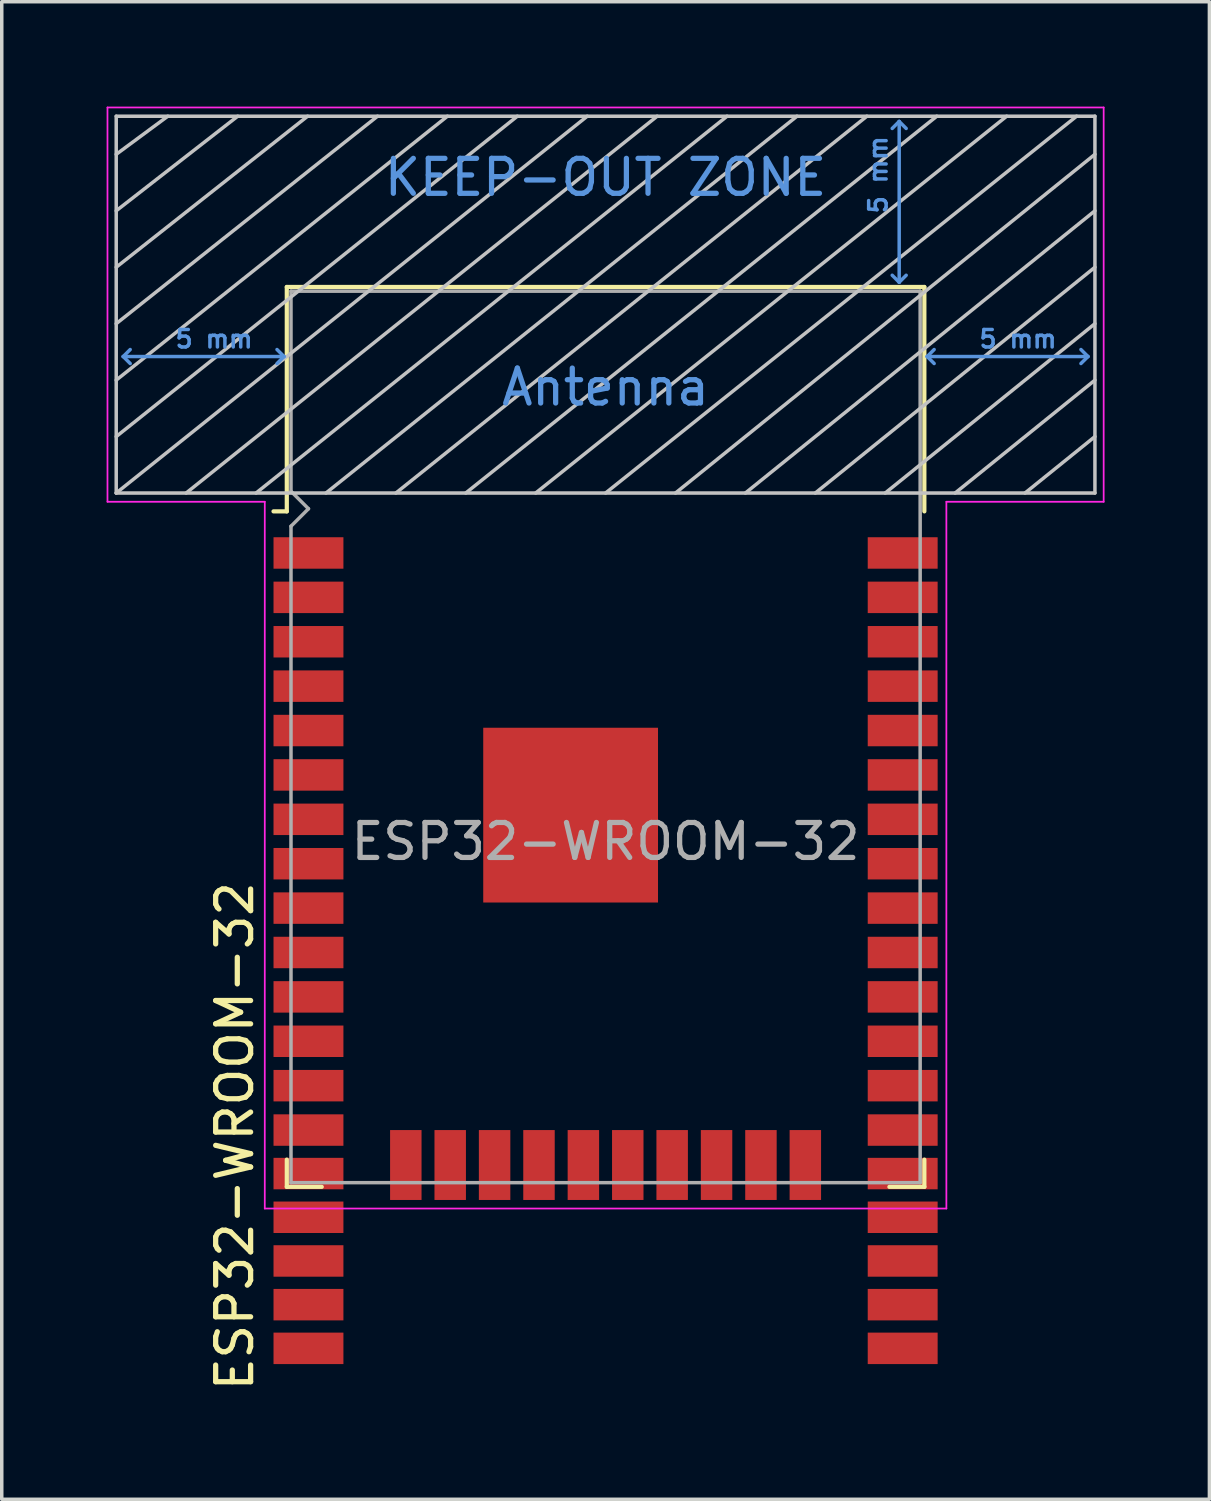
<source format=kicad_pcb>
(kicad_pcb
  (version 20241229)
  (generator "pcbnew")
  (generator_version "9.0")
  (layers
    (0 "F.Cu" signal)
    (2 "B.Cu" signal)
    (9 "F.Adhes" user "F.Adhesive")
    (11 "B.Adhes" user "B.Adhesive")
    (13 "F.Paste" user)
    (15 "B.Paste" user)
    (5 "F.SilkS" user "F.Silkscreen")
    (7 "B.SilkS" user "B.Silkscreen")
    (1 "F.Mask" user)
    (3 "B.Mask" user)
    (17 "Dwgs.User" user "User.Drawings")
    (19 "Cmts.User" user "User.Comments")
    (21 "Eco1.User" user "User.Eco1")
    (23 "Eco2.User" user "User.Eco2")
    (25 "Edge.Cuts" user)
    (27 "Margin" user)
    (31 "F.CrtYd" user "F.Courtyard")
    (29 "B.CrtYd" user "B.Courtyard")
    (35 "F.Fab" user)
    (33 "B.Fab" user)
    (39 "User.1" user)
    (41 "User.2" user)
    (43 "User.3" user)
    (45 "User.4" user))
  (footprint "ESP32-WROOM-32"
    (layer "F.Cu")
    (at 14.275 21.025)
    (property "Reference" "ESP32-WROOM-32" (at -10.61 8.43 90) (layer "F.SilkS") (effects (font (size 1 1) (thickness 0.15))))
    (attr smd)
    (fp_line (start -9.12 -15.865) (end -9.12 -9.445) (stroke (width 0.12) (type solid)) (layer "F.SilkS"))
    (fp_line (start -9.12 -15.865) (end 9.12 -15.865) (stroke (width 0.12) (type solid)) (layer "F.SilkS"))
    (fp_line (start -9.12 -9.445) (end -9.5 -9.445) (stroke (width 0.12) (type solid)) (layer "F.SilkS"))
    (fp_line (start -9.12 9.1) (end -9.12 9.88) (stroke (width 0.12) (type solid)) (layer "F.SilkS"))
    (fp_line (start -9.12 9.88) (end -8.12 9.88) (stroke (width 0.12) (type solid)) (layer "F.SilkS"))
    (fp_line (start 9.12 -15.865) (end 9.12 -9.445) (stroke (width 0.12) (type solid)) (layer "F.SilkS"))
    (fp_line (start 9.12 9.1) (end 9.12 9.88) (stroke (width 0.12) (type solid)) (layer "F.SilkS"))
    (fp_line (start 9.12 9.88) (end 8.12 9.88) (stroke (width 0.12) (type solid)) (layer "F.SilkS"))
    (fp_line (start -14 -9.97) (end -14 -20.75) (stroke (width 0.1) (type solid)) (layer "Dwgs.User"))
    (fp_line (start -12.525 -20.75) (end -14 -19.66) (stroke (width 0.1) (type solid)) (layer "Dwgs.User"))
    (fp_line (start -10.525 -20.75) (end -14 -18.045) (stroke (width 0.1) (type solid)) (layer "Dwgs.User"))
    (fp_line (start -8.525 -20.75) (end -14 -16.43) (stroke (width 0.1) (type solid)) (layer "Dwgs.User"))
    (fp_line (start -8 -9.97) (end 5.475 -20.75) (stroke (width 0.1) (type solid)) (layer "Dwgs.User"))
    (fp_line (start -6.525 -20.75) (end -14 -14.815) (stroke (width 0.1) (type solid)) (layer "Dwgs.User"))
    (fp_line (start -4.525 -20.75) (end -14 -13.2) (stroke (width 0.1) (type solid)) (layer "Dwgs.User"))
    (fp_line (start -2.525 -20.75) (end -14 -11.585) (stroke (width 0.1) (type solid)) (layer "Dwgs.User"))
    (fp_line (start -0.525 -20.75) (end -14 -9.97) (stroke (width 0.1) (type solid)) (layer "Dwgs.User"))
    (fp_line (start 1.475 -20.75) (end -12 -9.97) (stroke (width 0.1) (type solid)) (layer "Dwgs.User"))
    (fp_line (start 3.475 -20.75) (end -10 -9.97) (stroke (width 0.1) (type solid)) (layer "Dwgs.User"))
    (fp_line (start 7.475 -20.75) (end -6 -9.97) (stroke (width 0.1) (type solid)) (layer "Dwgs.User"))
    (fp_line (start 9.475 -20.75) (end -4 -9.97) (stroke (width 0.1) (type solid)) (layer "Dwgs.User"))
    (fp_line (start 11.475 -20.75) (end -2 -9.97) (stroke (width 0.1) (type solid)) (layer "Dwgs.User"))
    (fp_line (start 13.475 -20.75) (end 0 -9.97) (stroke (width 0.1) (type solid)) (layer "Dwgs.User"))
    (fp_line (start 14 -20.75) (end -14 -20.75) (stroke (width 0.1) (type solid)) (layer "Dwgs.User"))
    (fp_line (start 14 -19.66) (end 2 -9.97) (stroke (width 0.1) (type solid)) (layer "Dwgs.User"))
    (fp_line (start 14 -18.045) (end 4 -9.97) (stroke (width 0.1) (type solid)) (layer "Dwgs.User"))
    (fp_line (start 14 -16.43) (end 6 -9.97) (stroke (width 0.1) (type solid)) (layer "Dwgs.User"))
    (fp_line (start 14 -14.815) (end 8 -9.97) (stroke (width 0.1) (type solid)) (layer "Dwgs.User"))
    (fp_line (start 14 -13.2) (end 10 -9.97) (stroke (width 0.1) (type solid)) (layer "Dwgs.User"))
    (fp_line (start 14 -11.585) (end 12 -9.97) (stroke (width 0.1) (type solid)) (layer "Dwgs.User"))
    (fp_line (start 14 -9.97) (end -14 -9.97) (stroke (width 0.1) (type solid)) (layer "Dwgs.User"))
    (fp_line (start 14 -9.97) (end 14 -20.75) (stroke (width 0.1) (type solid)) (layer "Dwgs.User"))
    (fp_line (start -13.8 -13.875) (end -13.6 -14.075) (stroke (width 0.1) (type solid)) (layer "Cmts.User"))
    (fp_line (start -13.8 -13.875) (end -13.6 -13.675) (stroke (width 0.1) (type solid)) (layer "Cmts.User"))
    (fp_line (start -13.8 -13.875) (end -9.2 -13.875) (stroke (width 0.1) (type solid)) (layer "Cmts.User"))
    (fp_line (start -9.2 -13.875) (end -9.4 -14.075) (stroke (width 0.1) (type solid)) (layer "Cmts.User"))
    (fp_line (start -9.2 -13.875) (end -9.4 -13.675) (stroke (width 0.1) (type solid)) (layer "Cmts.User"))
    (fp_line (start 8.4 -20.6) (end 8.2 -20.4) (stroke (width 0.1) (type solid)) (layer "Cmts.User"))
    (fp_line (start 8.4 -20.6) (end 8.6 -20.4) (stroke (width 0.1) (type solid)) (layer "Cmts.User"))
    (fp_line (start 8.4 -16) (end 8.2 -16.2) (stroke (width 0.1) (type solid)) (layer "Cmts.User"))
    (fp_line (start 8.4 -16) (end 8.4 -20.6) (stroke (width 0.1) (type solid)) (layer "Cmts.User"))
    (fp_line (start 8.4 -16) (end 8.6 -16.2) (stroke (width 0.1) (type solid)) (layer "Cmts.User"))
    (fp_line (start 9.2 -13.875) (end 9.4 -14.075) (stroke (width 0.1) (type solid)) (layer "Cmts.User"))
    (fp_line (start 9.2 -13.875) (end 9.4 -13.675) (stroke (width 0.1) (type solid)) (layer "Cmts.User"))
    (fp_line (start 9.2 -13.875) (end 13.8 -13.875) (stroke (width 0.1) (type solid)) (layer "Cmts.User"))
    (fp_line (start 13.8 -13.875) (end 13.6 -14.075) (stroke (width 0.1) (type solid)) (layer "Cmts.User"))
    (fp_line (start 13.8 -13.875) (end 13.6 -13.675) (stroke (width 0.1) (type solid)) (layer "Cmts.User"))
    (fp_line (start -14.25 -21) (end -14.25 -9.72) (stroke (width 0.05) (type solid)) (layer "F.CrtYd"))
    (fp_line (start -14.25 -21) (end 14.25 -21) (stroke (width 0.05) (type solid)) (layer "F.CrtYd"))
    (fp_line (start -14.25 -9.72) (end -9.75 -9.72) (stroke (width 0.05) (type solid)) (layer "F.CrtYd"))
    (fp_line (start -9.75 10.5) (end -9.75 -9.72) (stroke (width 0.05) (type solid)) (layer "F.CrtYd"))
    (fp_line (start -9.75 10.5) (end 9.75 10.5) (stroke (width 0.05) (type solid)) (layer "F.CrtYd"))
    (fp_line (start 9.75 -9.72) (end 9.75 10.5) (stroke (width 0.05) (type solid)) (layer "F.CrtYd"))
    (fp_line (start 9.75 -9.72) (end 14.25 -9.72) (stroke (width 0.05) (type solid)) (layer "F.CrtYd"))
    (fp_line (start 14.25 -21) (end 14.25 -9.72) (stroke (width 0.05) (type solid)) (layer "F.CrtYd"))
    (fp_line (start -9 -15.745) (end -9 -10.02) (stroke (width 0.1) (type solid)) (layer "F.Fab"))
    (fp_line (start -9 -15.745) (end 9 -15.745) (stroke (width 0.1) (type solid)) (layer "F.Fab"))
    (fp_line (start -9 -9.02) (end -9 9.76) (stroke (width 0.1) (type solid)) (layer "F.Fab"))
    (fp_line (start -9 -9.02) (end -8.5 -9.52) (stroke (width 0.1) (type solid)) (layer "F.Fab"))
    (fp_line (start -9 9.76) (end 9 9.76) (stroke (width 0.1) (type solid)) (layer "F.Fab"))
    (fp_line (start -8.5 -9.52) (end -9 -10.02) (stroke (width 0.1) (type solid)) (layer "F.Fab"))
    (fp_line (start 9 9.76) (end 9 -15.745) (stroke (width 0.1) (type solid)) (layer "F.Fab"))
    (fp_text user "KEEP-OUT ZONE" (at 0 -19 0) (layer "Cmts.User") (effects (font (size 1 1) (thickness 0.15))))
    (fp_text user "5 mm" (at 11.8 -14.375 0) (layer "Cmts.User") (effects (font (size 0.5 0.5) (thickness 0.1))))
    (fp_text user "5 mm" (at -11.2 -14.375 0) (layer "Cmts.User") (effects (font (size 0.5 0.5) (thickness 0.1))))
    (fp_text user "Antenna" (at 0 -13 0) (layer "Cmts.User") (effects (font (size 1 1) (thickness 0.15))))
    (fp_text user "5 mm" (at 7.8 -19.075 90) (layer "Cmts.User") (effects (font (size 0.5 0.5) (thickness 0.1))))
    (fp_text user "${REFERENCE}" (at 0 0 0) (layer "F.Fab") (effects (font (size 1 1) (thickness 0.15))))
    (pad "1" smd rect (at -8.5 -8.255) (size 2 0.9) (layers "F.Cu" "F.Mask" "F.Paste"))
    (pad "2" smd rect (at -8.5 -6.985) (size 2 0.9) (layers "F.Cu" "F.Mask" "F.Paste"))
    (pad "3" smd rect (at -8.5 -5.715) (size 2 0.9) (layers "F.Cu" "F.Mask" "F.Paste"))
    (pad "4" smd rect (at -8.5 -4.445) (size 2 0.9) (layers "F.Cu" "F.Mask" "F.Paste"))
    (pad "5" smd rect (at -8.5 -3.175) (size 2 0.9) (layers "F.Cu" "F.Mask" "F.Paste"))
    (pad "6" smd rect (at -8.5 -1.905) (size 2 0.9) (layers "F.Cu" "F.Mask" "F.Paste"))
    (pad "7" smd rect (at -8.5 -0.635) (size 2 0.9) (layers "F.Cu" "F.Mask" "F.Paste"))
    (pad "8" smd rect (at -8.5 0.635) (size 2 0.9) (layers "F.Cu" "F.Mask" "F.Paste"))
    (pad "9" smd rect (at -8.5 1.905) (size 2 0.9) (layers "F.Cu" "F.Mask" "F.Paste"))
    (pad "10" smd rect (at -8.5 3.175) (size 2 0.9) (layers "F.Cu" "F.Mask" "F.Paste"))
    (pad "11" smd rect (at -8.5 4.445) (size 2 0.9) (layers "F.Cu" "F.Mask" "F.Paste"))
    (pad "12" smd rect (at -8.5 5.715) (size 2 0.9) (layers "F.Cu" "F.Mask" "F.Paste"))
    (pad "13" smd rect (at -8.5 6.985) (size 2 0.9) (layers "F.Cu" "F.Mask" "F.Paste"))
    (pad "14" smd rect (at -8.5 8.255) (size 2 0.9) (layers "F.Cu" "F.Mask" "F.Paste"))
    (pad "15" smd rect (at -8.5 9.5 180) (size 2 0.9) (layers "F.Cu" "F.Mask" "F.Paste"))
    (pad "15" smd rect (at -5.715 9.255 90) (size 2 0.9) (layers "F.Cu" "F.Mask" "F.Paste"))
    (pad "16" smd rect (at -8.5 10.75 180) (size 2 0.9) (layers "F.Cu" "F.Mask" "F.Paste"))
    (pad "16" smd rect (at -4.445 9.255 90) (size 2 0.9) (layers "F.Cu" "F.Mask" "F.Paste"))
    (pad "17" smd rect (at -8.5 12 180) (size 2 0.9) (layers "F.Cu" "F.Mask" "F.Paste"))
    (pad "17" smd rect (at -3.175 9.255 90) (size 2 0.9) (layers "F.Cu" "F.Mask" "F.Paste"))
    (pad "18" smd rect (at -8.5 13.25 180) (size 2 0.9) (layers "F.Cu" "F.Mask" "F.Paste"))
    (pad "18" smd rect (at -1.905 9.255 90) (size 2 0.9) (layers "F.Cu" "F.Mask" "F.Paste"))
    (pad "19" smd rect (at -8.5 14.5 180) (size 2 0.9) (layers "F.Cu" "F.Mask" "F.Paste"))
    (pad "19" smd rect (at -0.635 9.255 90) (size 2 0.9) (layers "F.Cu" "F.Mask" "F.Paste"))
    (pad "20" smd rect (at 0.635 9.255 90) (size 2 0.9) (layers "F.Cu" "F.Mask" "F.Paste"))
    (pad "20" smd rect (at 8.5 14.5 180) (size 2 0.9) (layers "F.Cu" "F.Mask" "F.Paste"))
    (pad "21" smd rect (at 1.905 9.255 90) (size 2 0.9) (layers "F.Cu" "F.Mask" "F.Paste"))
    (pad "21" smd rect (at 8.5 13.25 180) (size 2 0.9) (layers "F.Cu" "F.Mask" "F.Paste"))
    (pad "22" smd rect (at 3.175 9.255 90) (size 2 0.9) (layers "F.Cu" "F.Mask" "F.Paste"))
    (pad "22" smd rect (at 8.5 12 180) (size 2 0.9) (layers "F.Cu" "F.Mask" "F.Paste"))
    (pad "23" smd rect (at 4.445 9.255 90) (size 2 0.9) (layers "F.Cu" "F.Mask" "F.Paste"))
    (pad "23" smd rect (at 8.5 10.75 180) (size 2 0.9) (layers "F.Cu" "F.Mask" "F.Paste"))
    (pad "24" smd rect (at 5.715 9.255 90) (size 2 0.9) (layers "F.Cu" "F.Mask" "F.Paste"))
    (pad "24" smd rect (at 8.5 9.5 180) (size 2 0.9) (layers "F.Cu" "F.Mask" "F.Paste"))
    (pad "25" smd rect (at 8.5 8.255) (size 2 0.9) (layers "F.Cu" "F.Mask" "F.Paste"))
    (pad "26" smd rect (at 8.5 6.985) (size 2 0.9) (layers "F.Cu" "F.Mask" "F.Paste"))
    (pad "27" smd rect (at 8.5 5.715) (size 2 0.9) (layers "F.Cu" "F.Mask" "F.Paste"))
    (pad "28" smd rect (at 8.5 4.445) (size 2 0.9) (layers "F.Cu" "F.Mask" "F.Paste"))
    (pad "29" smd rect (at 8.5 3.175) (size 2 0.9) (layers "F.Cu" "F.Mask" "F.Paste"))
    (pad "30" smd rect (at 8.5 1.905) (size 2 0.9) (layers "F.Cu" "F.Mask" "F.Paste"))
    (pad "31" smd rect (at 8.5 0.635) (size 2 0.9) (layers "F.Cu" "F.Mask" "F.Paste"))
    (pad "32" smd rect (at 8.5 -0.635) (size 2 0.9) (layers "F.Cu" "F.Mask" "F.Paste"))
    (pad "33" smd rect (at 8.5 -1.905) (size 2 0.9) (layers "F.Cu" "F.Mask" "F.Paste"))
    (pad "34" smd rect (at 8.5 -3.175) (size 2 0.9) (layers "F.Cu" "F.Mask" "F.Paste"))
    (pad "35" smd rect (at 8.5 -4.445) (size 2 0.9) (layers "F.Cu" "F.Mask" "F.Paste"))
    (pad "36" smd rect (at 8.5 -5.715) (size 2 0.9) (layers "F.Cu" "F.Mask" "F.Paste"))
    (pad "37" smd rect (at 8.5 -6.985) (size 2 0.9) (layers "F.Cu" "F.Mask" "F.Paste"))
    (pad "38" smd rect (at 8.5 -8.255) (size 2 0.9) (layers "F.Cu" "F.Mask" "F.Paste"))
    (pad "39" smd rect (at -1 -0.755) (size 5 5) (layers "F.Cu" "F.Mask" "F.Paste")))
  (gr_rect
    (start -3 -3)
    (end 31.55 39.842)
    (stroke (width 0.1) (type default))
    (fill no)
    (layer "Edge.Cuts")))
</source>
